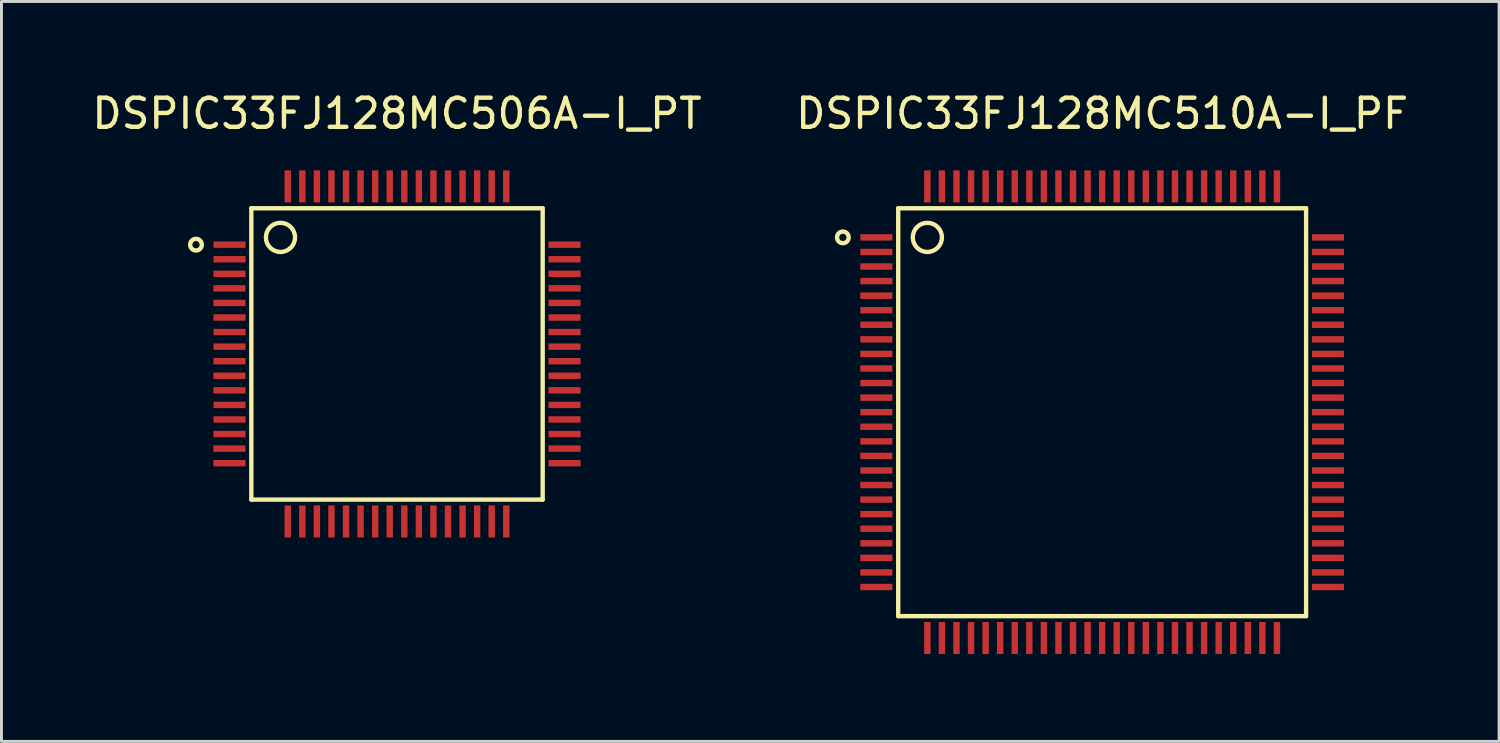
<source format=kicad_pcb>
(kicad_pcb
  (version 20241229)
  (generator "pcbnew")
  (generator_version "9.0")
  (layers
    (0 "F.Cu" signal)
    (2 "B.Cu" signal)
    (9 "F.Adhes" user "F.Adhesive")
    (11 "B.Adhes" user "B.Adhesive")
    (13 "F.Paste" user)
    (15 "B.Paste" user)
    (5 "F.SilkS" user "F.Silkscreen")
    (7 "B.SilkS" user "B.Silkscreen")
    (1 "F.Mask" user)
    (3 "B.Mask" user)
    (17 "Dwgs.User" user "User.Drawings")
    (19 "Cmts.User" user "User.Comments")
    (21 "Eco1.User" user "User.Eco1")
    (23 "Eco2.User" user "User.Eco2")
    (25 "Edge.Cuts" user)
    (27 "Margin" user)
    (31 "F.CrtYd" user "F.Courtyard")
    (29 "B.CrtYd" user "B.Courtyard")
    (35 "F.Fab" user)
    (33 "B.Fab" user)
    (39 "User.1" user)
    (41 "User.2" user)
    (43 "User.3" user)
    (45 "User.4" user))
  (footprint "DSPIC33FJ128MC506A-I_PT"
    (layer "F.Cu")
    (at 4.827 3.348)
    (property "Reference" "DSPIC33FJ128MC506A-I_PT" (at 5.75 -2.5 0) (layer "F.SilkS") (effects (font (size 1 1) (thickness 0.15))))
    (attr through_hole)
    (fp_line (start 0.75 0.75) (end 0.75 10.75) (stroke (width 0.15) (type solid)) (layer "F.SilkS"))
    (fp_line (start 0.75 0.75) (end 10.75 0.75) (stroke (width 0.15) (type solid)) (layer "F.SilkS"))
    (fp_line (start 0.75 10.75) (end 10.75 10.75) (stroke (width 0.15) (type solid)) (layer "F.SilkS"))
    (fp_line (start 10.75 10.75) (end 10.75 0.75) (stroke (width 0.15) (type solid)) (layer "F.SilkS"))
    (fp_circle (center -1.15 2) (end -1.15 1.8) (stroke (width 0.15) (type solid)) (fill no) (layer "F.SilkS"))
    (fp_circle (center 1.75 1.75) (end 1.75 1.25) (stroke (width 0.15) (type solid)) (fill no) (layer "F.SilkS"))
    (pad "1" smd rect (at 0 2) (size 1.1 0.22) (layers "F.Cu" "F.Mask" "F.Paste"))
    (pad "2" smd rect (at 0 2.5) (size 1.1 0.22) (layers "F.Cu" "F.Mask" "F.Paste"))
    (pad "3" smd rect (at 0 3) (size 1.1 0.22) (layers "F.Cu" "F.Mask" "F.Paste"))
    (pad "4" smd rect (at 0 3.5) (size 1.1 0.22) (layers "F.Cu" "F.Mask" "F.Paste"))
    (pad "5" smd rect (at 0 4) (size 1.1 0.22) (layers "F.Cu" "F.Mask" "F.Paste"))
    (pad "6" smd rect (at 0 4.5) (size 1.1 0.22) (layers "F.Cu" "F.Mask" "F.Paste"))
    (pad "7" smd rect (at 0 5) (size 1.1 0.22) (layers "F.Cu" "F.Mask" "F.Paste"))
    (pad "8" smd rect (at 0 5.5) (size 1.1 0.22) (layers "F.Cu" "F.Mask" "F.Paste"))
    (pad "9" smd rect (at 0 6) (size 1.1 0.22) (layers "F.Cu" "F.Mask" "F.Paste"))
    (pad "10" smd rect (at 0 6.5) (size 1.1 0.22) (layers "F.Cu" "F.Mask" "F.Paste"))
    (pad "11" smd rect (at 0 7) (size 1.1 0.22) (layers "F.Cu" "F.Mask" "F.Paste"))
    (pad "12" smd rect (at 0 7.5) (size 1.1 0.22) (layers "F.Cu" "F.Mask" "F.Paste"))
    (pad "13" smd rect (at 0 8) (size 1.1 0.22) (layers "F.Cu" "F.Mask" "F.Paste"))
    (pad "14" smd rect (at 0 8.5) (size 1.1 0.22) (layers "F.Cu" "F.Mask" "F.Paste"))
    (pad "15" smd rect (at 0 9) (size 1.1 0.22) (layers "F.Cu" "F.Mask" "F.Paste"))
    (pad "16" smd rect (at 0 9.5) (size 1.1 0.22) (layers "F.Cu" "F.Mask" "F.Paste"))
    (pad "17" smd rect (at 2 11.5) (size 0.22 1.1) (layers "F.Cu" "F.Mask" "F.Paste"))
    (pad "18" smd rect (at 2.5 11.5) (size 0.22 1.1) (layers "F.Cu" "F.Mask" "F.Paste"))
    (pad "19" smd rect (at 3 11.5) (size 0.22 1.1) (layers "F.Cu" "F.Mask" "F.Paste"))
    (pad "20" smd rect (at 3.5 11.5) (size 0.22 1.1) (layers "F.Cu" "F.Mask" "F.Paste"))
    (pad "21" smd rect (at 4 11.5) (size 0.22 1.1) (layers "F.Cu" "F.Mask" "F.Paste"))
    (pad "22" smd rect (at 4.5 11.5) (size 0.22 1.1) (layers "F.Cu" "F.Mask" "F.Paste"))
    (pad "23" smd rect (at 5 11.5) (size 0.22 1.1) (layers "F.Cu" "F.Mask" "F.Paste"))
    (pad "24" smd rect (at 5.5 11.5) (size 0.22 1.1) (layers "F.Cu" "F.Mask" "F.Paste"))
    (pad "25" smd rect (at 6 11.5) (size 0.22 1.1) (layers "F.Cu" "F.Mask" "F.Paste"))
    (pad "26" smd rect (at 6.5 11.5) (size 0.22 1.1) (layers "F.Cu" "F.Mask" "F.Paste"))
    (pad "27" smd rect (at 7 11.5) (size 0.22 1.1) (layers "F.Cu" "F.Mask" "F.Paste"))
    (pad "28" smd rect (at 7.5 11.5) (size 0.22 1.1) (layers "F.Cu" "F.Mask" "F.Paste"))
    (pad "29" smd rect (at 8 11.5) (size 0.22 1.1) (layers "F.Cu" "F.Mask" "F.Paste"))
    (pad "30" smd rect (at 8.5 11.5) (size 0.22 1.1) (layers "F.Cu" "F.Mask" "F.Paste"))
    (pad "31" smd rect (at 9 11.5) (size 0.22 1.1) (layers "F.Cu" "F.Mask" "F.Paste"))
    (pad "32" smd rect (at 9.5 11.5) (size 0.22 1.1) (layers "F.Cu" "F.Mask" "F.Paste"))
    (pad "33" smd rect (at 11.5 9.5) (size 1.1 0.22) (layers "F.Cu" "F.Mask" "F.Paste"))
    (pad "34" smd rect (at 11.5 9) (size 1.1 0.22) (layers "F.Cu" "F.Mask" "F.Paste"))
    (pad "35" smd rect (at 11.5 8.5) (size 1.1 0.22) (layers "F.Cu" "F.Mask" "F.Paste"))
    (pad "36" smd rect (at 11.5 8) (size 1.1 0.22) (layers "F.Cu" "F.Mask" "F.Paste"))
    (pad "37" smd rect (at 11.5 7.5) (size 1.1 0.22) (layers "F.Cu" "F.Mask" "F.Paste"))
    (pad "38" smd rect (at 11.5 7) (size 1.1 0.22) (layers "F.Cu" "F.Mask" "F.Paste"))
    (pad "39" smd rect (at 11.5 6.5) (size 1.1 0.22) (layers "F.Cu" "F.Mask" "F.Paste"))
    (pad "40" smd rect (at 11.5 6) (size 1.1 0.22) (layers "F.Cu" "F.Mask" "F.Paste"))
    (pad "41" smd rect (at 11.5 5.5) (size 1.1 0.22) (layers "F.Cu" "F.Mask" "F.Paste"))
    (pad "42" smd rect (at 11.5 5) (size 1.1 0.22) (layers "F.Cu" "F.Mask" "F.Paste"))
    (pad "43" smd rect (at 11.5 4.5) (size 1.1 0.22) (layers "F.Cu" "F.Mask" "F.Paste"))
    (pad "44" smd rect (at 11.5 4) (size 1.1 0.22) (layers "F.Cu" "F.Mask" "F.Paste"))
    (pad "45" smd rect (at 11.5 3.5) (size 1.1 0.22) (layers "F.Cu" "F.Mask" "F.Paste"))
    (pad "46" smd rect (at 11.5 3) (size 1.1 0.22) (layers "F.Cu" "F.Mask" "F.Paste"))
    (pad "47" smd rect (at 11.5 2.5) (size 1.1 0.22) (layers "F.Cu" "F.Mask" "F.Paste"))
    (pad "48" smd rect (at 11.5 2) (size 1.1 0.22) (layers "F.Cu" "F.Mask" "F.Paste"))
    (pad "49" smd rect (at 9.5 0) (size 0.22 1.1) (layers "F.Cu" "F.Mask" "F.Paste"))
    (pad "50" smd rect (at 9 0) (size 0.22 1.1) (layers "F.Cu" "F.Mask" "F.Paste"))
    (pad "51" smd rect (at 8.5 0) (size 0.22 1.1) (layers "F.Cu" "F.Mask" "F.Paste"))
    (pad "52" smd rect (at 8 0) (size 0.22 1.1) (layers "F.Cu" "F.Mask" "F.Paste"))
    (pad "53" smd rect (at 7.5 0) (size 0.22 1.1) (layers "F.Cu" "F.Mask" "F.Paste"))
    (pad "54" smd rect (at 7 0) (size 0.22 1.1) (layers "F.Cu" "F.Mask" "F.Paste"))
    (pad "55" smd rect (at 6.5 0) (size 0.22 1.1) (layers "F.Cu" "F.Mask" "F.Paste"))
    (pad "56" smd rect (at 6 0) (size 0.22 1.1) (layers "F.Cu" "F.Mask" "F.Paste"))
    (pad "57" smd rect (at 5.5 0) (size 0.22 1.1) (layers "F.Cu" "F.Mask" "F.Paste"))
    (pad "58" smd rect (at 5 0) (size 0.22 1.1) (layers "F.Cu" "F.Mask" "F.Paste"))
    (pad "59" smd rect (at 4.5 0) (size 0.22 1.1) (layers "F.Cu" "F.Mask" "F.Paste"))
    (pad "60" smd rect (at 4 0) (size 0.22 1.1) (layers "F.Cu" "F.Mask" "F.Paste"))
    (pad "61" smd rect (at 3.5 0) (size 0.22 1.1) (layers "F.Cu" "F.Mask" "F.Paste"))
    (pad "62" smd rect (at 3 0) (size 0.22 1.1) (layers "F.Cu" "F.Mask" "F.Paste"))
    (pad "63" smd rect (at 2.5 0) (size 0.22 1.1) (layers "F.Cu" "F.Mask" "F.Paste"))
    (pad "64" smd rect (at 2 0) (size 0.22 1.1) (layers "F.Cu" "F.Mask" "F.Paste")))
  (footprint "DSPIC33FJ128MC510A-I_PF"
    (layer "F.Cu")
    (at 27.03 3.348)
    (property "Reference" "DSPIC33FJ128MC510A-I_PF" (at 7.75 -2.5 0) (layer "F.SilkS") (effects (font (size 1 1) (thickness 0.15))))
    (attr through_hole)
    (fp_line (start 0.75 0.75) (end 0.75 14.75) (stroke (width 0.15) (type solid)) (layer "F.SilkS"))
    (fp_line (start 0.75 0.75) (end 14.75 0.75) (stroke (width 0.15) (type solid)) (layer "F.SilkS"))
    (fp_line (start 0.75 14.75) (end 14.75 14.75) (stroke (width 0.15) (type solid)) (layer "F.SilkS"))
    (fp_line (start 14.75 14.75) (end 14.75 0.75) (stroke (width 0.15) (type solid)) (layer "F.SilkS"))
    (fp_circle (center -1.15 1.75) (end -1.15 1.55) (stroke (width 0.15) (type solid)) (fill no) (layer "F.SilkS"))
    (fp_circle (center 1.75 1.75) (end 1.75 1.25) (stroke (width 0.15) (type solid)) (fill no) (layer "F.SilkS"))
    (pad "1" smd rect (at 0 1.75) (size 1.1 0.22) (layers "F.Cu" "F.Mask" "F.Paste"))
    (pad "2" smd rect (at 0 2.25) (size 1.1 0.22) (layers "F.Cu" "F.Mask" "F.Paste"))
    (pad "3" smd rect (at 0 2.75) (size 1.1 0.22) (layers "F.Cu" "F.Mask" "F.Paste"))
    (pad "4" smd rect (at 0 3.25) (size 1.1 0.22) (layers "F.Cu" "F.Mask" "F.Paste"))
    (pad "5" smd rect (at 0 3.75) (size 1.1 0.22) (layers "F.Cu" "F.Mask" "F.Paste"))
    (pad "6" smd rect (at 0 4.25) (size 1.1 0.22) (layers "F.Cu" "F.Mask" "F.Paste"))
    (pad "7" smd rect (at 0 4.75) (size 1.1 0.22) (layers "F.Cu" "F.Mask" "F.Paste"))
    (pad "8" smd rect (at 0 5.25) (size 1.1 0.22) (layers "F.Cu" "F.Mask" "F.Paste"))
    (pad "9" smd rect (at 0 5.75) (size 1.1 0.22) (layers "F.Cu" "F.Mask" "F.Paste"))
    (pad "10" smd rect (at 0 6.25) (size 1.1 0.22) (layers "F.Cu" "F.Mask" "F.Paste"))
    (pad "11" smd rect (at 0 6.75) (size 1.1 0.22) (layers "F.Cu" "F.Mask" "F.Paste"))
    (pad "12" smd rect (at 0 7.25) (size 1.1 0.22) (layers "F.Cu" "F.Mask" "F.Paste"))
    (pad "13" smd rect (at 0 7.75) (size 1.1 0.22) (layers "F.Cu" "F.Mask" "F.Paste"))
    (pad "14" smd rect (at 0 8.25) (size 1.1 0.22) (layers "F.Cu" "F.Mask" "F.Paste"))
    (pad "15" smd rect (at 0 8.75) (size 1.1 0.22) (layers "F.Cu" "F.Mask" "F.Paste"))
    (pad "16" smd rect (at 0 9.25) (size 1.1 0.22) (layers "F.Cu" "F.Mask" "F.Paste"))
    (pad "17" smd rect (at 0 9.75) (size 1.1 0.22) (layers "F.Cu" "F.Mask" "F.Paste"))
    (pad "18" smd rect (at 0 10.25) (size 1.1 0.22) (layers "F.Cu" "F.Mask" "F.Paste"))
    (pad "19" smd rect (at 0 10.75) (size 1.1 0.22) (layers "F.Cu" "F.Mask" "F.Paste"))
    (pad "20" smd rect (at 0 11.25) (size 1.1 0.22) (layers "F.Cu" "F.Mask" "F.Paste"))
    (pad "21" smd rect (at 0 11.75) (size 1.1 0.22) (layers "F.Cu" "F.Mask" "F.Paste"))
    (pad "22" smd rect (at 0 12.25) (size 1.1 0.22) (layers "F.Cu" "F.Mask" "F.Paste"))
    (pad "23" smd rect (at 0 12.75) (size 1.1 0.22) (layers "F.Cu" "F.Mask" "F.Paste"))
    (pad "24" smd rect (at 0 13.25) (size 1.1 0.22) (layers "F.Cu" "F.Mask" "F.Paste"))
    (pad "25" smd rect (at 0 13.75) (size 1.1 0.22) (layers "F.Cu" "F.Mask" "F.Paste"))
    (pad "26" smd rect (at 1.75 15.5) (size 0.22 1.1) (layers "F.Cu" "F.Mask" "F.Paste"))
    (pad "27" smd rect (at 2.25 15.5) (size 0.22 1.1) (layers "F.Cu" "F.Mask" "F.Paste"))
    (pad "28" smd rect (at 2.75 15.5) (size 0.22 1.1) (layers "F.Cu" "F.Mask" "F.Paste"))
    (pad "29" smd rect (at 3.25 15.5) (size 0.22 1.1) (layers "F.Cu" "F.Mask" "F.Paste"))
    (pad "30" smd rect (at 3.75 15.5) (size 0.22 1.1) (layers "F.Cu" "F.Mask" "F.Paste"))
    (pad "31" smd rect (at 4.25 15.5) (size 0.22 1.1) (layers "F.Cu" "F.Mask" "F.Paste"))
    (pad "32" smd rect (at 4.75 15.5) (size 0.22 1.1) (layers "F.Cu" "F.Mask" "F.Paste"))
    (pad "33" smd rect (at 5.25 15.5) (size 0.22 1.1) (layers "F.Cu" "F.Mask" "F.Paste"))
    (pad "34" smd rect (at 5.75 15.5) (size 0.22 1.1) (layers "F.Cu" "F.Mask" "F.Paste"))
    (pad "35" smd rect (at 6.25 15.5) (size 0.22 1.1) (layers "F.Cu" "F.Mask" "F.Paste"))
    (pad "36" smd rect (at 6.75 15.5) (size 0.22 1.1) (layers "F.Cu" "F.Mask" "F.Paste"))
    (pad "37" smd rect (at 7.25 15.5) (size 0.22 1.1) (layers "F.Cu" "F.Mask" "F.Paste"))
    (pad "38" smd rect (at 7.75 15.5) (size 0.22 1.1) (layers "F.Cu" "F.Mask" "F.Paste"))
    (pad "39" smd rect (at 8.25 15.5) (size 0.22 1.1) (layers "F.Cu" "F.Mask" "F.Paste"))
    (pad "40" smd rect (at 8.75 15.5) (size 0.22 1.1) (layers "F.Cu" "F.Mask" "F.Paste"))
    (pad "41" smd rect (at 9.25 15.5) (size 0.22 1.1) (layers "F.Cu" "F.Mask" "F.Paste"))
    (pad "42" smd rect (at 9.75 15.5) (size 0.22 1.1) (layers "F.Cu" "F.Mask" "F.Paste"))
    (pad "43" smd rect (at 10.25 15.5) (size 0.22 1.1) (layers "F.Cu" "F.Mask" "F.Paste"))
    (pad "44" smd rect (at 10.75 15.5) (size 0.22 1.1) (layers "F.Cu" "F.Mask" "F.Paste"))
    (pad "45" smd rect (at 11.25 15.5) (size 0.22 1.1) (layers "F.Cu" "F.Mask" "F.Paste"))
    (pad "46" smd rect (at 11.75 15.5) (size 0.22 1.1) (layers "F.Cu" "F.Mask" "F.Paste"))
    (pad "47" smd rect (at 12.25 15.5) (size 0.22 1.1) (layers "F.Cu" "F.Mask" "F.Paste"))
    (pad "48" smd rect (at 12.75 15.5) (size 0.22 1.1) (layers "F.Cu" "F.Mask" "F.Paste"))
    (pad "49" smd rect (at 13.25 15.5) (size 0.22 1.1) (layers "F.Cu" "F.Mask" "F.Paste"))
    (pad "50" smd rect (at 13.75 15.5) (size 0.22 1.1) (layers "F.Cu" "F.Mask" "F.Paste"))
    (pad "51" smd rect (at 15.5 13.75) (size 1.1 0.22) (layers "F.Cu" "F.Mask" "F.Paste"))
    (pad "52" smd rect (at 15.5 13.25) (size 1.1 0.22) (layers "F.Cu" "F.Mask" "F.Paste"))
    (pad "53" smd rect (at 15.5 12.75) (size 1.1 0.22) (layers "F.Cu" "F.Mask" "F.Paste"))
    (pad "54" smd rect (at 15.5 12.25) (size 1.1 0.22) (layers "F.Cu" "F.Mask" "F.Paste"))
    (pad "55" smd rect (at 15.5 11.75) (size 1.1 0.22) (layers "F.Cu" "F.Mask" "F.Paste"))
    (pad "56" smd rect (at 15.5 11.25) (size 1.1 0.22) (layers "F.Cu" "F.Mask" "F.Paste"))
    (pad "57" smd rect (at 15.5 10.75) (size 1.1 0.22) (layers "F.Cu" "F.Mask" "F.Paste"))
    (pad "58" smd rect (at 15.5 10.25) (size 1.1 0.22) (layers "F.Cu" "F.Mask" "F.Paste"))
    (pad "59" smd rect (at 15.5 9.75) (size 1.1 0.22) (layers "F.Cu" "F.Mask" "F.Paste"))
    (pad "60" smd rect (at 15.5 9.25) (size 1.1 0.22) (layers "F.Cu" "F.Mask" "F.Paste"))
    (pad "61" smd rect (at 15.5 8.75) (size 1.1 0.22) (layers "F.Cu" "F.Mask" "F.Paste"))
    (pad "62" smd rect (at 15.5 8.25) (size 1.1 0.22) (layers "F.Cu" "F.Mask" "F.Paste"))
    (pad "63" smd rect (at 15.5 7.75) (size 1.1 0.22) (layers "F.Cu" "F.Mask" "F.Paste"))
    (pad "64" smd rect (at 15.5 7.25) (size 1.1 0.22) (layers "F.Cu" "F.Mask" "F.Paste"))
    (pad "65" smd rect (at 15.5 6.75) (size 1.1 0.22) (layers "F.Cu" "F.Mask" "F.Paste"))
    (pad "66" smd rect (at 15.5 6.25) (size 1.1 0.22) (layers "F.Cu" "F.Mask" "F.Paste"))
    (pad "67" smd rect (at 15.5 5.75) (size 1.1 0.22) (layers "F.Cu" "F.Mask" "F.Paste"))
    (pad "68" smd rect (at 15.5 5.25) (size 1.1 0.22) (layers "F.Cu" "F.Mask" "F.Paste"))
    (pad "69" smd rect (at 15.5 4.75) (size 1.1 0.22) (layers "F.Cu" "F.Mask" "F.Paste"))
    (pad "70" smd rect (at 15.5 4.25) (size 1.1 0.22) (layers "F.Cu" "F.Mask" "F.Paste"))
    (pad "71" smd rect (at 15.5 3.75) (size 1.1 0.22) (layers "F.Cu" "F.Mask" "F.Paste"))
    (pad "72" smd rect (at 15.5 3.25) (size 1.1 0.22) (layers "F.Cu" "F.Mask" "F.Paste"))
    (pad "73" smd rect (at 15.5 2.75) (size 1.1 0.22) (layers "F.Cu" "F.Mask" "F.Paste"))
    (pad "74" smd rect (at 15.5 2.25) (size 1.1 0.22) (layers "F.Cu" "F.Mask" "F.Paste"))
    (pad "75" smd rect (at 15.5 1.75) (size 1.1 0.22) (layers "F.Cu" "F.Mask" "F.Paste"))
    (pad "76" smd rect (at 13.75 0) (size 0.22 1.1) (layers "F.Cu" "F.Mask" "F.Paste"))
    (pad "77" smd rect (at 13.25 0) (size 0.22 1.1) (layers "F.Cu" "F.Mask" "F.Paste"))
    (pad "78" smd rect (at 12.75 0) (size 0.22 1.1) (layers "F.Cu" "F.Mask" "F.Paste"))
    (pad "79" smd rect (at 12.25 0) (size 0.22 1.1) (layers "F.Cu" "F.Mask" "F.Paste"))
    (pad "80" smd rect (at 11.75 0) (size 0.22 1.1) (layers "F.Cu" "F.Mask" "F.Paste"))
    (pad "81" smd rect (at 11.25 0) (size 0.22 1.1) (layers "F.Cu" "F.Mask" "F.Paste"))
    (pad "82" smd rect (at 10.75 0) (size 0.22 1.1) (layers "F.Cu" "F.Mask" "F.Paste"))
    (pad "83" smd rect (at 10.25 0) (size 0.22 1.1) (layers "F.Cu" "F.Mask" "F.Paste"))
    (pad "84" smd rect (at 9.75 0) (size 0.22 1.1) (layers "F.Cu" "F.Mask" "F.Paste"))
    (pad "85" smd rect (at 9.25 0) (size 0.22 1.1) (layers "F.Cu" "F.Mask" "F.Paste"))
    (pad "86" smd rect (at 8.75 0) (size 0.22 1.1) (layers "F.Cu" "F.Mask" "F.Paste"))
    (pad "87" smd rect (at 8.25 0) (size 0.22 1.1) (layers "F.Cu" "F.Mask" "F.Paste"))
    (pad "88" smd rect (at 7.75 0) (size 0.22 1.1) (layers "F.Cu" "F.Mask" "F.Paste"))
    (pad "89" smd rect (at 7.25 0) (size 0.22 1.1) (layers "F.Cu" "F.Mask" "F.Paste"))
    (pad "90" smd rect (at 6.75 0) (size 0.22 1.1) (layers "F.Cu" "F.Mask" "F.Paste"))
    (pad "91" smd rect (at 6.25 0) (size 0.22 1.1) (layers "F.Cu" "F.Mask" "F.Paste"))
    (pad "92" smd rect (at 5.75 0) (size 0.22 1.1) (layers "F.Cu" "F.Mask" "F.Paste"))
    (pad "93" smd rect (at 5.25 0) (size 0.22 1.1) (layers "F.Cu" "F.Mask" "F.Paste"))
    (pad "94" smd rect (at 4.75 0) (size 0.22 1.1) (layers "F.Cu" "F.Mask" "F.Paste"))
    (pad "95" smd rect (at 4.25 0) (size 0.22 1.1) (layers "F.Cu" "F.Mask" "F.Paste"))
    (pad "96" smd rect (at 3.75 0) (size 0.22 1.1) (layers "F.Cu" "F.Mask" "F.Paste"))
    (pad "97" smd rect (at 3.25 0) (size 0.22 1.1) (layers "F.Cu" "F.Mask" "F.Paste"))
    (pad "98" smd rect (at 2.75 0) (size 0.22 1.1) (layers "F.Cu" "F.Mask" "F.Paste"))
    (pad "99" smd rect (at 2.25 0) (size 0.22 1.1) (layers "F.Cu" "F.Mask" "F.Paste"))
    (pad "100" smd rect (at 1.75 0) (size 0.22 1.1) (layers "F.Cu" "F.Mask" "F.Paste")))
  (gr_rect
    (start -3 -3)
    (end 48.405 22.398)
    (stroke (width 0.1) (type default))
    (fill no)
    (layer "Edge.Cuts")))
</source>
